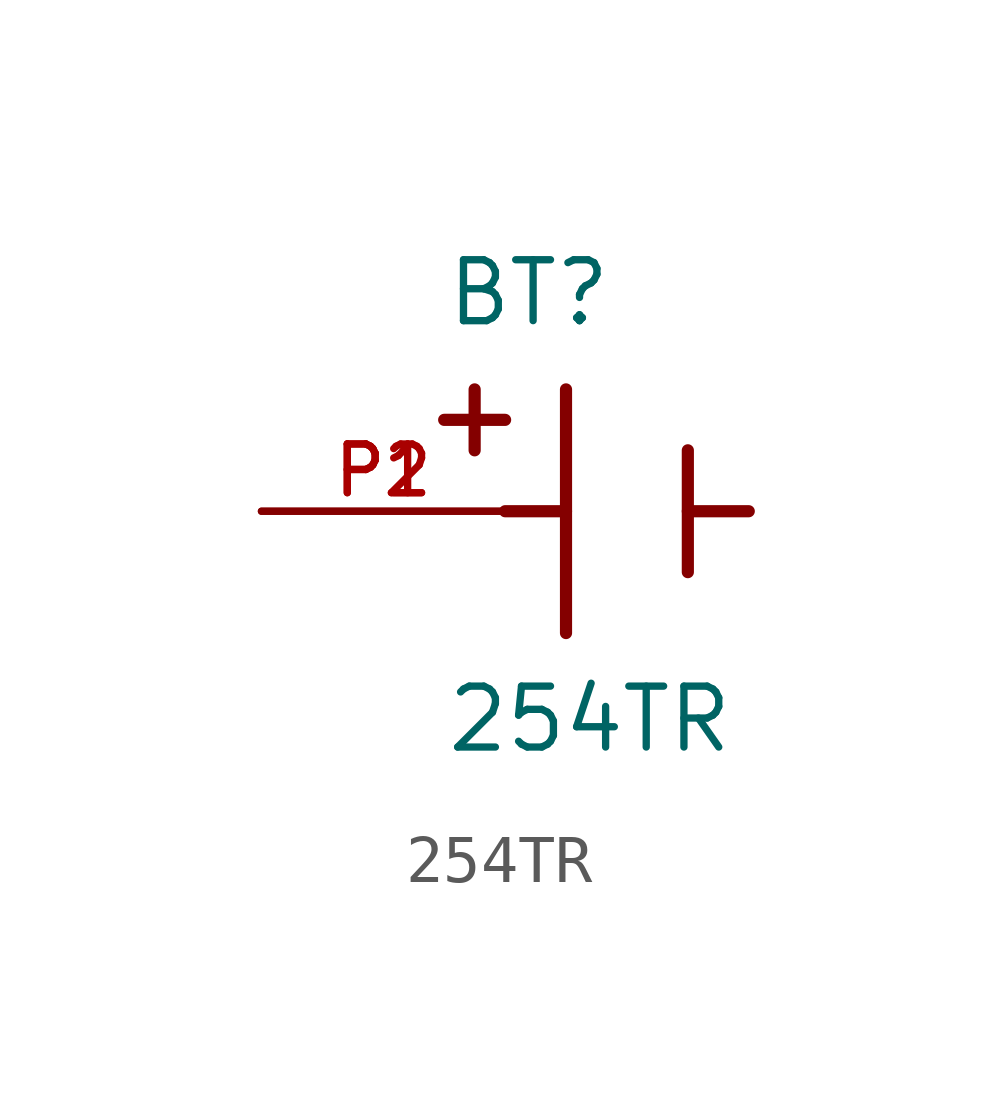
<source format=kicad_sym>
(kicad_symbol_lib
  (version 20211014)
  (generator kicad_symbol_editor)
  (symbol "254TR"
    (pin_names
      (offset 1.016))
    (property "Reference" "BT"
      (at -3.81 3.81 0)
      (effects (font (size 1.27 1.27)) (justify bottom left)))
    (property "Value" "254TR"
      (at -3.81 -5.08 0)
      (effects (font (size 1.27 1.27)) (justify bottom left)))
    (symbol "254TR_0_0"
      (polyline (pts (xy -1.27 2.54) (xy -1.27 -2.54)) (stroke (width 0.254)))
      (polyline (pts (xy 1.27 1.27) (xy 1.27 -1.27)) (stroke (width 0.254)))
      (polyline (pts (xy -1.27 0.0) (xy -2.54 0.0)) (stroke (width 0.254)))
      (polyline (pts (xy 1.27 0.0) (xy 2.54 0.0)) (stroke (width 0.254)))
      (polyline (pts (xy -3.175 2.54) (xy -3.175 1.27)) (stroke (width 0.254)))
      (polyline (pts (xy -3.81 1.905) (xy -2.54 1.905)) (stroke (width 0.254)))
      (pin passive line (at -7.62 0.0 0) (length 5.08) (name "~" (effects (font (size 1.016 1.016)))) (number "P1" (effects (font (size 1.016 1.016)))))
      (pin passive line (at -7.62 0.0 0) (length 5.08) (name "~" (effects (font (size 1.016 1.016)))) (number "P2" (effects (font (size 1.016 1.016))))))))
</source>
